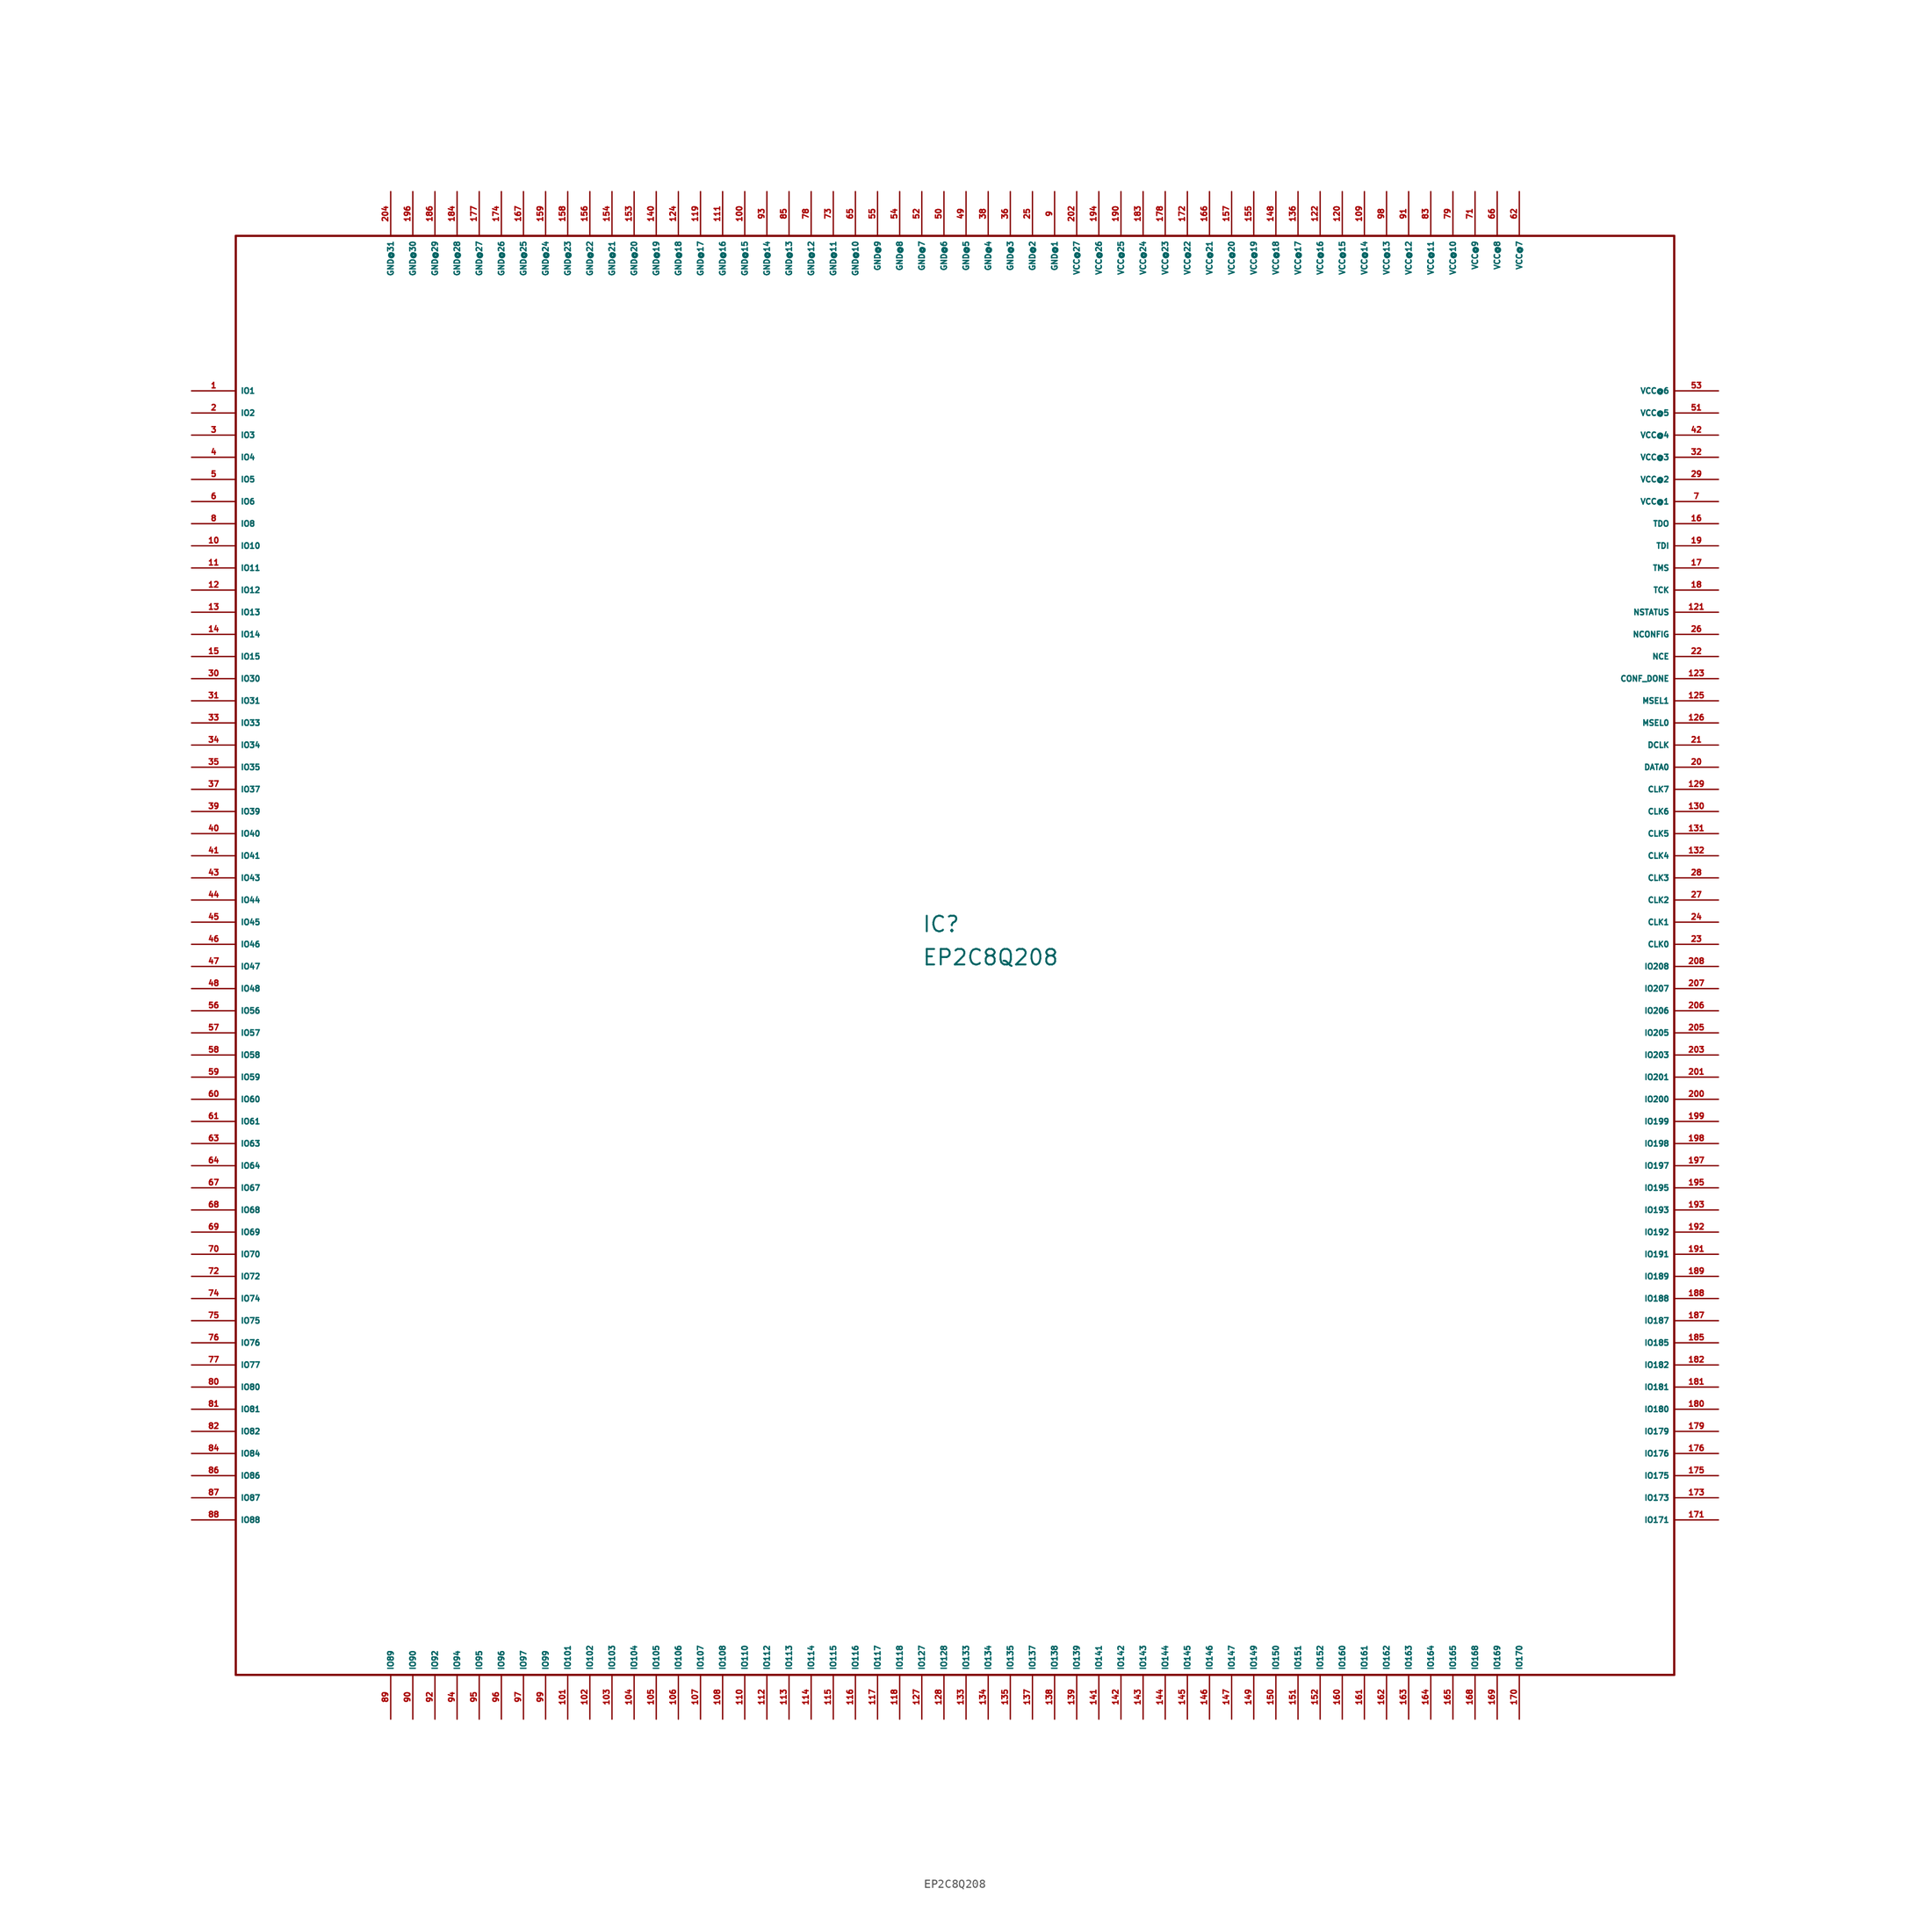
<source format=kicad_sym>
(kicad_symbol_lib
  (version 20220914)
  (generator Eagle2Kicad)
  (symbol "EP2C8Q208"
    (property "Reference" "IC"
      (at -5.08 1.27 0)
      (effects (font (size 1.778 1.778) (thickness 0.22)) (justify left bottom)))
    (property "Value" "EP2C8Q208"
      (at -5.08 -2.54 0)
      (effects (font (size 1.778 1.778) (thickness 0.22)) (justify left bottom)))
    (polyline
      (pts (xy -83.82 -83.82) (xy 81.28 -83.82))
      (stroke (width 0.254) (type default))
      (fill (type none)))
    (polyline
      (pts (xy 81.28 -83.82) (xy 81.28 81.28))
      (stroke (width 0.254) (type default))
      (fill (type none)))
    (polyline
      (pts (xy 81.28 81.28) (xy -83.82 81.28))
      (stroke (width 0.254) (type default))
      (fill (type none)))
    (polyline
      (pts (xy -83.82 81.28) (xy -83.82 -83.82))
      (stroke (width 0.254) (type default))
      (fill (type none)))
    (pin output line
      (at -88.9 63.5 0)
      (length 5.08)
      (name "IO1" (effects (font (size 0.635 0.635) (thickness 0.08)) (justify left bottom)))
      (number "1" (effects (font (size 0.635 0.635) (thickness 0.08)) (justify left bottom))))
    (pin output line
      (at -88.9 60.96 0)
      (length 5.08)
      (name "IO2" (effects (font (size 0.635 0.635) (thickness 0.08)) (justify left bottom)))
      (number "2" (effects (font (size 0.635 0.635) (thickness 0.08)) (justify left bottom))))
    (pin bidirectional line
      (at -88.9 58.42 0)
      (length 5.08)
      (name "IO3" (effects (font (size 0.635 0.635) (thickness 0.08)) (justify left bottom)))
      (number "3" (effects (font (size 0.635 0.635) (thickness 0.08)) (justify left bottom))))
    (pin bidirectional line
      (at -88.9 55.88 0)
      (length 5.08)
      (name "IO4" (effects (font (size 0.635 0.635) (thickness 0.08)) (justify left bottom)))
      (number "4" (effects (font (size 0.635 0.635) (thickness 0.08)) (justify left bottom))))
    (pin bidirectional line
      (at -88.9 53.34 0)
      (length 5.08)
      (name "IO5" (effects (font (size 0.635 0.635) (thickness 0.08)) (justify left bottom)))
      (number "5" (effects (font (size 0.635 0.635) (thickness 0.08)) (justify left bottom))))
    (pin bidirectional line
      (at -88.9 50.8 0)
      (length 5.08)
      (name "IO6" (effects (font (size 0.635 0.635) (thickness 0.08)) (justify left bottom)))
      (number "6" (effects (font (size 0.635 0.635) (thickness 0.08)) (justify left bottom))))
    (pin bidirectional line
      (at -88.9 48.26 0)
      (length 5.08)
      (name "IO8" (effects (font (size 0.635 0.635) (thickness 0.08)) (justify left bottom)))
      (number "8" (effects (font (size 0.635 0.635) (thickness 0.08)) (justify left bottom))))
    (pin bidirectional line
      (at -88.9 45.72 0)
      (length 5.08)
      (name "IO10" (effects (font (size 0.635 0.635) (thickness 0.08)) (justify left bottom)))
      (number "10" (effects (font (size 0.635 0.635) (thickness 0.08)) (justify left bottom))))
    (pin bidirectional line
      (at -88.9 43.18 0)
      (length 5.08)
      (name "IO11" (effects (font (size 0.635 0.635) (thickness 0.08)) (justify left bottom)))
      (number "11" (effects (font (size 0.635 0.635) (thickness 0.08)) (justify left bottom))))
    (pin bidirectional line
      (at -88.9 40.64 0)
      (length 5.08)
      (name "IO12" (effects (font (size 0.635 0.635) (thickness 0.08)) (justify left bottom)))
      (number "12" (effects (font (size 0.635 0.635) (thickness 0.08)) (justify left bottom))))
    (pin bidirectional line
      (at -88.9 38.1 0)
      (length 5.08)
      (name "IO13" (effects (font (size 0.635 0.635) (thickness 0.08)) (justify left bottom)))
      (number "13" (effects (font (size 0.635 0.635) (thickness 0.08)) (justify left bottom))))
    (pin bidirectional line
      (at -88.9 35.56 0)
      (length 5.08)
      (name "IO14" (effects (font (size 0.635 0.635) (thickness 0.08)) (justify left bottom)))
      (number "14" (effects (font (size 0.635 0.635) (thickness 0.08)) (justify left bottom))))
    (pin bidirectional line
      (at -88.9 33.02 0)
      (length 5.08)
      (name "IO15" (effects (font (size 0.635 0.635) (thickness 0.08)) (justify left bottom)))
      (number "15" (effects (font (size 0.635 0.635) (thickness 0.08)) (justify left bottom))))
    (pin bidirectional line
      (at -88.9 30.48 0)
      (length 5.08)
      (name "IO30" (effects (font (size 0.635 0.635) (thickness 0.08)) (justify left bottom)))
      (number "30" (effects (font (size 0.635 0.635) (thickness 0.08)) (justify left bottom))))
    (pin bidirectional line
      (at -88.9 27.94 0)
      (length 5.08)
      (name "IO31" (effects (font (size 0.635 0.635) (thickness 0.08)) (justify left bottom)))
      (number "31" (effects (font (size 0.635 0.635) (thickness 0.08)) (justify left bottom))))
    (pin bidirectional line
      (at -88.9 25.4 0)
      (length 5.08)
      (name "IO33" (effects (font (size 0.635 0.635) (thickness 0.08)) (justify left bottom)))
      (number "33" (effects (font (size 0.635 0.635) (thickness 0.08)) (justify left bottom))))
    (pin bidirectional line
      (at -88.9 22.86 0)
      (length 5.08)
      (name "IO34" (effects (font (size 0.635 0.635) (thickness 0.08)) (justify left bottom)))
      (number "34" (effects (font (size 0.635 0.635) (thickness 0.08)) (justify left bottom))))
    (pin bidirectional line
      (at -88.9 20.32 0)
      (length 5.08)
      (name "IO35" (effects (font (size 0.635 0.635) (thickness 0.08)) (justify left bottom)))
      (number "35" (effects (font (size 0.635 0.635) (thickness 0.08)) (justify left bottom))))
    (pin bidirectional line
      (at -88.9 17.78 0)
      (length 5.08)
      (name "IO37" (effects (font (size 0.635 0.635) (thickness 0.08)) (justify left bottom)))
      (number "37" (effects (font (size 0.635 0.635) (thickness 0.08)) (justify left bottom))))
    (pin bidirectional line
      (at -88.9 15.24 0)
      (length 5.08)
      (name "IO39" (effects (font (size 0.635 0.635) (thickness 0.08)) (justify left bottom)))
      (number "39" (effects (font (size 0.635 0.635) (thickness 0.08)) (justify left bottom))))
    (pin bidirectional line
      (at -88.9 12.7 0)
      (length 5.08)
      (name "IO40" (effects (font (size 0.635 0.635) (thickness 0.08)) (justify left bottom)))
      (number "40" (effects (font (size 0.635 0.635) (thickness 0.08)) (justify left bottom))))
    (pin bidirectional line
      (at -88.9 10.16 0)
      (length 5.08)
      (name "IO41" (effects (font (size 0.635 0.635) (thickness 0.08)) (justify left bottom)))
      (number "41" (effects (font (size 0.635 0.635) (thickness 0.08)) (justify left bottom))))
    (pin bidirectional line
      (at -88.9 7.62 0)
      (length 5.08)
      (name "IO43" (effects (font (size 0.635 0.635) (thickness 0.08)) (justify left bottom)))
      (number "43" (effects (font (size 0.635 0.635) (thickness 0.08)) (justify left bottom))))
    (pin bidirectional line
      (at -88.9 5.08 0)
      (length 5.08)
      (name "IO44" (effects (font (size 0.635 0.635) (thickness 0.08)) (justify left bottom)))
      (number "44" (effects (font (size 0.635 0.635) (thickness 0.08)) (justify left bottom))))
    (pin bidirectional line
      (at -88.9 2.54 0)
      (length 5.08)
      (name "IO45" (effects (font (size 0.635 0.635) (thickness 0.08)) (justify left bottom)))
      (number "45" (effects (font (size 0.635 0.635) (thickness 0.08)) (justify left bottom))))
    (pin bidirectional line
      (at -88.9 0 0)
      (length 5.08)
      (name "IO46" (effects (font (size 0.635 0.635) (thickness 0.08)) (justify left bottom)))
      (number "46" (effects (font (size 0.635 0.635) (thickness 0.08)) (justify left bottom))))
    (pin bidirectional line
      (at -88.9 -2.54 0)
      (length 5.08)
      (name "IO47" (effects (font (size 0.635 0.635) (thickness 0.08)) (justify left bottom)))
      (number "47" (effects (font (size 0.635 0.635) (thickness 0.08)) (justify left bottom))))
    (pin bidirectional line
      (at -88.9 -5.08 0)
      (length 5.08)
      (name "IO48" (effects (font (size 0.635 0.635) (thickness 0.08)) (justify left bottom)))
      (number "48" (effects (font (size 0.635 0.635) (thickness 0.08)) (justify left bottom))))
    (pin bidirectional line
      (at -88.9 -7.62 0)
      (length 5.08)
      (name "IO56" (effects (font (size 0.635 0.635) (thickness 0.08)) (justify left bottom)))
      (number "56" (effects (font (size 0.635 0.635) (thickness 0.08)) (justify left bottom))))
    (pin bidirectional line
      (at -88.9 -10.16 0)
      (length 5.08)
      (name "IO57" (effects (font (size 0.635 0.635) (thickness 0.08)) (justify left bottom)))
      (number "57" (effects (font (size 0.635 0.635) (thickness 0.08)) (justify left bottom))))
    (pin bidirectional line
      (at -88.9 -12.7 0)
      (length 5.08)
      (name "IO58" (effects (font (size 0.635 0.635) (thickness 0.08)) (justify left bottom)))
      (number "58" (effects (font (size 0.635 0.635) (thickness 0.08)) (justify left bottom))))
    (pin bidirectional line
      (at -88.9 -15.24 0)
      (length 5.08)
      (name "IO59" (effects (font (size 0.635 0.635) (thickness 0.08)) (justify left bottom)))
      (number "59" (effects (font (size 0.635 0.635) (thickness 0.08)) (justify left bottom))))
    (pin bidirectional line
      (at -88.9 -17.78 0)
      (length 5.08)
      (name "IO60" (effects (font (size 0.635 0.635) (thickness 0.08)) (justify left bottom)))
      (number "60" (effects (font (size 0.635 0.635) (thickness 0.08)) (justify left bottom))))
    (pin bidirectional line
      (at -88.9 -20.32 0)
      (length 5.08)
      (name "IO61" (effects (font (size 0.635 0.635) (thickness 0.08)) (justify left bottom)))
      (number "61" (effects (font (size 0.635 0.635) (thickness 0.08)) (justify left bottom))))
    (pin bidirectional line
      (at -88.9 -22.86 0)
      (length 5.08)
      (name "IO63" (effects (font (size 0.635 0.635) (thickness 0.08)) (justify left bottom)))
      (number "63" (effects (font (size 0.635 0.635) (thickness 0.08)) (justify left bottom))))
    (pin bidirectional line
      (at -88.9 -25.4 0)
      (length 5.08)
      (name "IO64" (effects (font (size 0.635 0.635) (thickness 0.08)) (justify left bottom)))
      (number "64" (effects (font (size 0.635 0.635) (thickness 0.08)) (justify left bottom))))
    (pin bidirectional line
      (at -88.9 -27.94 0)
      (length 5.08)
      (name "IO67" (effects (font (size 0.635 0.635) (thickness 0.08)) (justify left bottom)))
      (number "67" (effects (font (size 0.635 0.635) (thickness 0.08)) (justify left bottom))))
    (pin bidirectional line
      (at -88.9 -30.48 0)
      (length 5.08)
      (name "IO68" (effects (font (size 0.635 0.635) (thickness 0.08)) (justify left bottom)))
      (number "68" (effects (font (size 0.635 0.635) (thickness 0.08)) (justify left bottom))))
    (pin bidirectional line
      (at -88.9 -33.02 0)
      (length 5.08)
      (name "IO69" (effects (font (size 0.635 0.635) (thickness 0.08)) (justify left bottom)))
      (number "69" (effects (font (size 0.635 0.635) (thickness 0.08)) (justify left bottom))))
    (pin bidirectional line
      (at -88.9 -35.56 0)
      (length 5.08)
      (name "IO70" (effects (font (size 0.635 0.635) (thickness 0.08)) (justify left bottom)))
      (number "70" (effects (font (size 0.635 0.635) (thickness 0.08)) (justify left bottom))))
    (pin bidirectional line
      (at -88.9 -38.1 0)
      (length 5.08)
      (name "IO72" (effects (font (size 0.635 0.635) (thickness 0.08)) (justify left bottom)))
      (number "72" (effects (font (size 0.635 0.635) (thickness 0.08)) (justify left bottom))))
    (pin bidirectional line
      (at -88.9 -40.64 0)
      (length 5.08)
      (name "IO74" (effects (font (size 0.635 0.635) (thickness 0.08)) (justify left bottom)))
      (number "74" (effects (font (size 0.635 0.635) (thickness 0.08)) (justify left bottom))))
    (pin bidirectional line
      (at -88.9 -43.18 0)
      (length 5.08)
      (name "IO75" (effects (font (size 0.635 0.635) (thickness 0.08)) (justify left bottom)))
      (number "75" (effects (font (size 0.635 0.635) (thickness 0.08)) (justify left bottom))))
    (pin bidirectional line
      (at -88.9 -45.72 0)
      (length 5.08)
      (name "IO76" (effects (font (size 0.635 0.635) (thickness 0.08)) (justify left bottom)))
      (number "76" (effects (font (size 0.635 0.635) (thickness 0.08)) (justify left bottom))))
    (pin bidirectional line
      (at -88.9 -48.26 0)
      (length 5.08)
      (name "IO77" (effects (font (size 0.635 0.635) (thickness 0.08)) (justify left bottom)))
      (number "77" (effects (font (size 0.635 0.635) (thickness 0.08)) (justify left bottom))))
    (pin bidirectional line
      (at -88.9 -50.8 0)
      (length 5.08)
      (name "IO80" (effects (font (size 0.635 0.635) (thickness 0.08)) (justify left bottom)))
      (number "80" (effects (font (size 0.635 0.635) (thickness 0.08)) (justify left bottom))))
    (pin bidirectional line
      (at -88.9 -53.34 0)
      (length 5.08)
      (name "IO81" (effects (font (size 0.635 0.635) (thickness 0.08)) (justify left bottom)))
      (number "81" (effects (font (size 0.635 0.635) (thickness 0.08)) (justify left bottom))))
    (pin bidirectional line
      (at -88.9 -55.88 0)
      (length 5.08)
      (name "IO82" (effects (font (size 0.635 0.635) (thickness 0.08)) (justify left bottom)))
      (number "82" (effects (font (size 0.635 0.635) (thickness 0.08)) (justify left bottom))))
    (pin bidirectional line
      (at -88.9 -58.42 0)
      (length 5.08)
      (name "IO84" (effects (font (size 0.635 0.635) (thickness 0.08)) (justify left bottom)))
      (number "84" (effects (font (size 0.635 0.635) (thickness 0.08)) (justify left bottom))))
    (pin bidirectional line
      (at -88.9 -60.96 0)
      (length 5.08)
      (name "IO86" (effects (font (size 0.635 0.635) (thickness 0.08)) (justify left bottom)))
      (number "86" (effects (font (size 0.635 0.635) (thickness 0.08)) (justify left bottom))))
    (pin bidirectional line
      (at -88.9 -63.5 0)
      (length 5.08)
      (name "IO87" (effects (font (size 0.635 0.635) (thickness 0.08)) (justify left bottom)))
      (number "87" (effects (font (size 0.635 0.635) (thickness 0.08)) (justify left bottom))))
    (pin bidirectional line
      (at -88.9 -66.04 0)
      (length 5.08)
      (name "IO88" (effects (font (size 0.635 0.635) (thickness 0.08)) (justify left bottom)))
      (number "88" (effects (font (size 0.635 0.635) (thickness 0.08)) (justify left bottom))))
    (pin bidirectional line
      (at -66.04 -88.9 90)
      (length 5.08)
      (name "IO89" (effects (font (size 0.635 0.635) (thickness 0.08)) (justify left bottom)))
      (number "89" (effects (font (size 0.635 0.635) (thickness 0.08)) (justify left bottom))))
    (pin bidirectional line
      (at -63.5 -88.9 90)
      (length 5.08)
      (name "IO90" (effects (font (size 0.635 0.635) (thickness 0.08)) (justify left bottom)))
      (number "90" (effects (font (size 0.635 0.635) (thickness 0.08)) (justify left bottom))))
    (pin bidirectional line
      (at -60.96 -88.9 90)
      (length 5.08)
      (name "IO92" (effects (font (size 0.635 0.635) (thickness 0.08)) (justify left bottom)))
      (number "92" (effects (font (size 0.635 0.635) (thickness 0.08)) (justify left bottom))))
    (pin bidirectional line
      (at -58.42 -88.9 90)
      (length 5.08)
      (name "IO94" (effects (font (size 0.635 0.635) (thickness 0.08)) (justify left bottom)))
      (number "94" (effects (font (size 0.635 0.635) (thickness 0.08)) (justify left bottom))))
    (pin bidirectional line
      (at -55.88 -88.9 90)
      (length 5.08)
      (name "IO95" (effects (font (size 0.635 0.635) (thickness 0.08)) (justify left bottom)))
      (number "95" (effects (font (size 0.635 0.635) (thickness 0.08)) (justify left bottom))))
    (pin bidirectional line
      (at -53.34 -88.9 90)
      (length 5.08)
      (name "IO96" (effects (font (size 0.635 0.635) (thickness 0.08)) (justify left bottom)))
      (number "96" (effects (font (size 0.635 0.635) (thickness 0.08)) (justify left bottom))))
    (pin bidirectional line
      (at -50.8 -88.9 90)
      (length 5.08)
      (name "IO97" (effects (font (size 0.635 0.635) (thickness 0.08)) (justify left bottom)))
      (number "97" (effects (font (size 0.635 0.635) (thickness 0.08)) (justify left bottom))))
    (pin bidirectional line
      (at -48.26 -88.9 90)
      (length 5.08)
      (name "IO99" (effects (font (size 0.635 0.635) (thickness 0.08)) (justify left bottom)))
      (number "99" (effects (font (size 0.635 0.635) (thickness 0.08)) (justify left bottom))))
    (pin bidirectional line
      (at -45.72 -88.9 90)
      (length 5.08)
      (name "IO101" (effects (font (size 0.635 0.635) (thickness 0.08)) (justify left bottom)))
      (number "101" (effects (font (size 0.635 0.635) (thickness 0.08)) (justify left bottom))))
    (pin bidirectional line
      (at -43.18 -88.9 90)
      (length 5.08)
      (name "IO102" (effects (font (size 0.635 0.635) (thickness 0.08)) (justify left bottom)))
      (number "102" (effects (font (size 0.635 0.635) (thickness 0.08)) (justify left bottom))))
    (pin bidirectional line
      (at -40.64 -88.9 90)
      (length 5.08)
      (name "IO103" (effects (font (size 0.635 0.635) (thickness 0.08)) (justify left bottom)))
      (number "103" (effects (font (size 0.635 0.635) (thickness 0.08)) (justify left bottom))))
    (pin bidirectional line
      (at -38.1 -88.9 90)
      (length 5.08)
      (name "IO104" (effects (font (size 0.635 0.635) (thickness 0.08)) (justify left bottom)))
      (number "104" (effects (font (size 0.635 0.635) (thickness 0.08)) (justify left bottom))))
    (pin bidirectional line
      (at -35.56 -88.9 90)
      (length 5.08)
      (name "IO105" (effects (font (size 0.635 0.635) (thickness 0.08)) (justify left bottom)))
      (number "105" (effects (font (size 0.635 0.635) (thickness 0.08)) (justify left bottom))))
    (pin bidirectional line
      (at -33.02 -88.9 90)
      (length 5.08)
      (name "IO106" (effects (font (size 0.635 0.635) (thickness 0.08)) (justify left bottom)))
      (number "106" (effects (font (size 0.635 0.635) (thickness 0.08)) (justify left bottom))))
    (pin bidirectional line
      (at -30.48 -88.9 90)
      (length 5.08)
      (name "IO107" (effects (font (size 0.635 0.635) (thickness 0.08)) (justify left bottom)))
      (number "107" (effects (font (size 0.635 0.635) (thickness 0.08)) (justify left bottom))))
    (pin bidirectional line
      (at -27.94 -88.9 90)
      (length 5.08)
      (name "IO108" (effects (font (size 0.635 0.635) (thickness 0.08)) (justify left bottom)))
      (number "108" (effects (font (size 0.635 0.635) (thickness 0.08)) (justify left bottom))))
    (pin bidirectional line
      (at -25.4 -88.9 90)
      (length 5.08)
      (name "IO110" (effects (font (size 0.635 0.635) (thickness 0.08)) (justify left bottom)))
      (number "110" (effects (font (size 0.635 0.635) (thickness 0.08)) (justify left bottom))))
    (pin bidirectional line
      (at -22.86 -88.9 90)
      (length 5.08)
      (name "IO112" (effects (font (size 0.635 0.635) (thickness 0.08)) (justify left bottom)))
      (number "112" (effects (font (size 0.635 0.635) (thickness 0.08)) (justify left bottom))))
    (pin bidirectional line
      (at -20.32 -88.9 90)
      (length 5.08)
      (name "IO113" (effects (font (size 0.635 0.635) (thickness 0.08)) (justify left bottom)))
      (number "113" (effects (font (size 0.635 0.635) (thickness 0.08)) (justify left bottom))))
    (pin bidirectional line
      (at -17.78 -88.9 90)
      (length 5.08)
      (name "IO114" (effects (font (size 0.635 0.635) (thickness 0.08)) (justify left bottom)))
      (number "114" (effects (font (size 0.635 0.635) (thickness 0.08)) (justify left bottom))))
    (pin bidirectional line
      (at -15.24 -88.9 90)
      (length 5.08)
      (name "IO115" (effects (font (size 0.635 0.635) (thickness 0.08)) (justify left bottom)))
      (number "115" (effects (font (size 0.635 0.635) (thickness 0.08)) (justify left bottom))))
    (pin bidirectional line
      (at -12.7 -88.9 90)
      (length 5.08)
      (name "IO116" (effects (font (size 0.635 0.635) (thickness 0.08)) (justify left bottom)))
      (number "116" (effects (font (size 0.635 0.635) (thickness 0.08)) (justify left bottom))))
    (pin bidirectional line
      (at -10.16 -88.9 90)
      (length 5.08)
      (name "IO117" (effects (font (size 0.635 0.635) (thickness 0.08)) (justify left bottom)))
      (number "117" (effects (font (size 0.635 0.635) (thickness 0.08)) (justify left bottom))))
    (pin bidirectional line
      (at -7.62 -88.9 90)
      (length 5.08)
      (name "IO118" (effects (font (size 0.635 0.635) (thickness 0.08)) (justify left bottom)))
      (number "118" (effects (font (size 0.635 0.635) (thickness 0.08)) (justify left bottom))))
    (pin bidirectional line
      (at -5.08 -88.9 90)
      (length 5.08)
      (name "IO127" (effects (font (size 0.635 0.635) (thickness 0.08)) (justify left bottom)))
      (number "127" (effects (font (size 0.635 0.635) (thickness 0.08)) (justify left bottom))))
    (pin bidirectional line
      (at -2.54 -88.9 90)
      (length 5.08)
      (name "IO128" (effects (font (size 0.635 0.635) (thickness 0.08)) (justify left bottom)))
      (number "128" (effects (font (size 0.635 0.635) (thickness 0.08)) (justify left bottom))))
    (pin bidirectional line
      (at 0 -88.9 90)
      (length 5.08)
      (name "IO133" (effects (font (size 0.635 0.635) (thickness 0.08)) (justify left bottom)))
      (number "133" (effects (font (size 0.635 0.635) (thickness 0.08)) (justify left bottom))))
    (pin bidirectional line
      (at 2.54 -88.9 90)
      (length 5.08)
      (name "IO134" (effects (font (size 0.635 0.635) (thickness 0.08)) (justify left bottom)))
      (number "134" (effects (font (size 0.635 0.635) (thickness 0.08)) (justify left bottom))))
    (pin bidirectional line
      (at 5.08 -88.9 90)
      (length 5.08)
      (name "IO135" (effects (font (size 0.635 0.635) (thickness 0.08)) (justify left bottom)))
      (number "135" (effects (font (size 0.635 0.635) (thickness 0.08)) (justify left bottom))))
    (pin bidirectional line
      (at 7.62 -88.9 90)
      (length 5.08)
      (name "IO137" (effects (font (size 0.635 0.635) (thickness 0.08)) (justify left bottom)))
      (number "137" (effects (font (size 0.635 0.635) (thickness 0.08)) (justify left bottom))))
    (pin bidirectional line
      (at 10.16 -88.9 90)
      (length 5.08)
      (name "IO138" (effects (font (size 0.635 0.635) (thickness 0.08)) (justify left bottom)))
      (number "138" (effects (font (size 0.635 0.635) (thickness 0.08)) (justify left bottom))))
    (pin bidirectional line
      (at 12.7 -88.9 90)
      (length 5.08)
      (name "IO139" (effects (font (size 0.635 0.635) (thickness 0.08)) (justify left bottom)))
      (number "139" (effects (font (size 0.635 0.635) (thickness 0.08)) (justify left bottom))))
    (pin bidirectional line
      (at 15.24 -88.9 90)
      (length 5.08)
      (name "IO141" (effects (font (size 0.635 0.635) (thickness 0.08)) (justify left bottom)))
      (number "141" (effects (font (size 0.635 0.635) (thickness 0.08)) (justify left bottom))))
    (pin bidirectional line
      (at 17.78 -88.9 90)
      (length 5.08)
      (name "IO142" (effects (font (size 0.635 0.635) (thickness 0.08)) (justify left bottom)))
      (number "142" (effects (font (size 0.635 0.635) (thickness 0.08)) (justify left bottom))))
    (pin bidirectional line
      (at 20.32 -88.9 90)
      (length 5.08)
      (name "IO143" (effects (font (size 0.635 0.635) (thickness 0.08)) (justify left bottom)))
      (number "143" (effects (font (size 0.635 0.635) (thickness 0.08)) (justify left bottom))))
    (pin bidirectional line
      (at 22.86 -88.9 90)
      (length 5.08)
      (name "IO144" (effects (font (size 0.635 0.635) (thickness 0.08)) (justify left bottom)))
      (number "144" (effects (font (size 0.635 0.635) (thickness 0.08)) (justify left bottom))))
    (pin bidirectional line
      (at 25.4 -88.9 90)
      (length 5.08)
      (name "IO145" (effects (font (size 0.635 0.635) (thickness 0.08)) (justify left bottom)))
      (number "145" (effects (font (size 0.635 0.635) (thickness 0.08)) (justify left bottom))))
    (pin bidirectional line
      (at 27.94 -88.9 90)
      (length 5.08)
      (name "IO146" (effects (font (size 0.635 0.635) (thickness 0.08)) (justify left bottom)))
      (number "146" (effects (font (size 0.635 0.635) (thickness 0.08)) (justify left bottom))))
    (pin bidirectional line
      (at 30.48 -88.9 90)
      (length 5.08)
      (name "IO147" (effects (font (size 0.635 0.635) (thickness 0.08)) (justify left bottom)))
      (number "147" (effects (font (size 0.635 0.635) (thickness 0.08)) (justify left bottom))))
    (pin bidirectional line
      (at 33.02 -88.9 90)
      (length 5.08)
      (name "IO149" (effects (font (size 0.635 0.635) (thickness 0.08)) (justify left bottom)))
      (number "149" (effects (font (size 0.635 0.635) (thickness 0.08)) (justify left bottom))))
    (pin bidirectional line
      (at 35.56 -88.9 90)
      (length 5.08)
      (name "IO150" (effects (font (size 0.635 0.635) (thickness 0.08)) (justify left bottom)))
      (number "150" (effects (font (size 0.635 0.635) (thickness 0.08)) (justify left bottom))))
    (pin bidirectional line
      (at 38.1 -88.9 90)
      (length 5.08)
      (name "IO151" (effects (font (size 0.635 0.635) (thickness 0.08)) (justify left bottom)))
      (number "151" (effects (font (size 0.635 0.635) (thickness 0.08)) (justify left bottom))))
    (pin bidirectional line
      (at 40.64 -88.9 90)
      (length 5.08)
      (name "IO152" (effects (font (size 0.635 0.635) (thickness 0.08)) (justify left bottom)))
      (number "152" (effects (font (size 0.635 0.635) (thickness 0.08)) (justify left bottom))))
    (pin bidirectional line
      (at 43.18 -88.9 90)
      (length 5.08)
      (name "IO160" (effects (font (size 0.635 0.635) (thickness 0.08)) (justify left bottom)))
      (number "160" (effects (font (size 0.635 0.635) (thickness 0.08)) (justify left bottom))))
    (pin bidirectional line
      (at 45.72 -88.9 90)
      (length 5.08)
      (name "IO161" (effects (font (size 0.635 0.635) (thickness 0.08)) (justify left bottom)))
      (number "161" (effects (font (size 0.635 0.635) (thickness 0.08)) (justify left bottom))))
    (pin bidirectional line
      (at 48.26 -88.9 90)
      (length 5.08)
      (name "IO162" (effects (font (size 0.635 0.635) (thickness 0.08)) (justify left bottom)))
      (number "162" (effects (font (size 0.635 0.635) (thickness 0.08)) (justify left bottom))))
    (pin bidirectional line
      (at 50.8 -88.9 90)
      (length 5.08)
      (name "IO163" (effects (font (size 0.635 0.635) (thickness 0.08)) (justify left bottom)))
      (number "163" (effects (font (size 0.635 0.635) (thickness 0.08)) (justify left bottom))))
    (pin bidirectional line
      (at 53.34 -88.9 90)
      (length 5.08)
      (name "IO164" (effects (font (size 0.635 0.635) (thickness 0.08)) (justify left bottom)))
      (number "164" (effects (font (size 0.635 0.635) (thickness 0.08)) (justify left bottom))))
    (pin bidirectional line
      (at 55.88 -88.9 90)
      (length 5.08)
      (name "IO165" (effects (font (size 0.635 0.635) (thickness 0.08)) (justify left bottom)))
      (number "165" (effects (font (size 0.635 0.635) (thickness 0.08)) (justify left bottom))))
    (pin bidirectional line
      (at 58.42 -88.9 90)
      (length 5.08)
      (name "IO168" (effects (font (size 0.635 0.635) (thickness 0.08)) (justify left bottom)))
      (number "168" (effects (font (size 0.635 0.635) (thickness 0.08)) (justify left bottom))))
    (pin bidirectional line
      (at 60.96 -88.9 90)
      (length 5.08)
      (name "IO169" (effects (font (size 0.635 0.635) (thickness 0.08)) (justify left bottom)))
      (number "169" (effects (font (size 0.635 0.635) (thickness 0.08)) (justify left bottom))))
    (pin bidirectional line
      (at 63.5 -88.9 90)
      (length 5.08)
      (name "IO170" (effects (font (size 0.635 0.635) (thickness 0.08)) (justify left bottom)))
      (number "170" (effects (font (size 0.635 0.635) (thickness 0.08)) (justify left bottom))))
    (pin bidirectional line
      (at 86.36 -66.04 180)
      (length 5.08)
      (name "IO171" (effects (font (size 0.635 0.635) (thickness 0.08)) (justify left bottom)))
      (number "171" (effects (font (size 0.635 0.635) (thickness 0.08)) (justify left bottom))))
    (pin bidirectional line
      (at 86.36 -63.5 180)
      (length 5.08)
      (name "IO173" (effects (font (size 0.635 0.635) (thickness 0.08)) (justify left bottom)))
      (number "173" (effects (font (size 0.635 0.635) (thickness 0.08)) (justify left bottom))))
    (pin bidirectional line
      (at 86.36 -60.96 180)
      (length 5.08)
      (name "IO175" (effects (font (size 0.635 0.635) (thickness 0.08)) (justify left bottom)))
      (number "175" (effects (font (size 0.635 0.635) (thickness 0.08)) (justify left bottom))))
    (pin bidirectional line
      (at 86.36 -58.42 180)
      (length 5.08)
      (name "IO176" (effects (font (size 0.635 0.635) (thickness 0.08)) (justify left bottom)))
      (number "176" (effects (font (size 0.635 0.635) (thickness 0.08)) (justify left bottom))))
    (pin bidirectional line
      (at 86.36 -55.88 180)
      (length 5.08)
      (name "IO179" (effects (font (size 0.635 0.635) (thickness 0.08)) (justify left bottom)))
      (number "179" (effects (font (size 0.635 0.635) (thickness 0.08)) (justify left bottom))))
    (pin bidirectional line
      (at 86.36 -53.34 180)
      (length 5.08)
      (name "IO180" (effects (font (size 0.635 0.635) (thickness 0.08)) (justify left bottom)))
      (number "180" (effects (font (size 0.635 0.635) (thickness 0.08)) (justify left bottom))))
    (pin bidirectional line
      (at 86.36 -50.8 180)
      (length 5.08)
      (name "IO181" (effects (font (size 0.635 0.635) (thickness 0.08)) (justify left bottom)))
      (number "181" (effects (font (size 0.635 0.635) (thickness 0.08)) (justify left bottom))))
    (pin bidirectional line
      (at 86.36 -48.26 180)
      (length 5.08)
      (name "IO182" (effects (font (size 0.635 0.635) (thickness 0.08)) (justify left bottom)))
      (number "182" (effects (font (size 0.635 0.635) (thickness 0.08)) (justify left bottom))))
    (pin bidirectional line
      (at 86.36 -45.72 180)
      (length 5.08)
      (name "IO185" (effects (font (size 0.635 0.635) (thickness 0.08)) (justify left bottom)))
      (number "185" (effects (font (size 0.635 0.635) (thickness 0.08)) (justify left bottom))))
    (pin bidirectional line
      (at 86.36 -43.18 180)
      (length 5.08)
      (name "IO187" (effects (font (size 0.635 0.635) (thickness 0.08)) (justify left bottom)))
      (number "187" (effects (font (size 0.635 0.635) (thickness 0.08)) (justify left bottom))))
    (pin bidirectional line
      (at 86.36 -40.64 180)
      (length 5.08)
      (name "IO188" (effects (font (size 0.635 0.635) (thickness 0.08)) (justify left bottom)))
      (number "188" (effects (font (size 0.635 0.635) (thickness 0.08)) (justify left bottom))))
    (pin bidirectional line
      (at 86.36 -38.1 180)
      (length 5.08)
      (name "IO189" (effects (font (size 0.635 0.635) (thickness 0.08)) (justify left bottom)))
      (number "189" (effects (font (size 0.635 0.635) (thickness 0.08)) (justify left bottom))))
    (pin bidirectional line
      (at 86.36 -35.56 180)
      (length 5.08)
      (name "IO191" (effects (font (size 0.635 0.635) (thickness 0.08)) (justify left bottom)))
      (number "191" (effects (font (size 0.635 0.635) (thickness 0.08)) (justify left bottom))))
    (pin bidirectional line
      (at 86.36 -33.02 180)
      (length 5.08)
      (name "IO192" (effects (font (size 0.635 0.635) (thickness 0.08)) (justify left bottom)))
      (number "192" (effects (font (size 0.635 0.635) (thickness 0.08)) (justify left bottom))))
    (pin bidirectional line
      (at 86.36 -30.48 180)
      (length 5.08)
      (name "IO193" (effects (font (size 0.635 0.635) (thickness 0.08)) (justify left bottom)))
      (number "193" (effects (font (size 0.635 0.635) (thickness 0.08)) (justify left bottom))))
    (pin bidirectional line
      (at 86.36 -27.94 180)
      (length 5.08)
      (name "IO195" (effects (font (size 0.635 0.635) (thickness 0.08)) (justify left bottom)))
      (number "195" (effects (font (size 0.635 0.635) (thickness 0.08)) (justify left bottom))))
    (pin bidirectional line
      (at 86.36 -25.4 180)
      (length 5.08)
      (name "IO197" (effects (font (size 0.635 0.635) (thickness 0.08)) (justify left bottom)))
      (number "197" (effects (font (size 0.635 0.635) (thickness 0.08)) (justify left bottom))))
    (pin bidirectional line
      (at 86.36 -22.86 180)
      (length 5.08)
      (name "IO198" (effects (font (size 0.635 0.635) (thickness 0.08)) (justify left bottom)))
      (number "198" (effects (font (size 0.635 0.635) (thickness 0.08)) (justify left bottom))))
    (pin bidirectional line
      (at 86.36 -20.32 180)
      (length 5.08)
      (name "IO199" (effects (font (size 0.635 0.635) (thickness 0.08)) (justify left bottom)))
      (number "199" (effects (font (size 0.635 0.635) (thickness 0.08)) (justify left bottom))))
    (pin bidirectional line
      (at 86.36 -17.78 180)
      (length 5.08)
      (name "IO200" (effects (font (size 0.635 0.635) (thickness 0.08)) (justify left bottom)))
      (number "200" (effects (font (size 0.635 0.635) (thickness 0.08)) (justify left bottom))))
    (pin bidirectional line
      (at 86.36 -15.24 180)
      (length 5.08)
      (name "IO201" (effects (font (size 0.635 0.635) (thickness 0.08)) (justify left bottom)))
      (number "201" (effects (font (size 0.635 0.635) (thickness 0.08)) (justify left bottom))))
    (pin bidirectional line
      (at 86.36 -12.7 180)
      (length 5.08)
      (name "IO203" (effects (font (size 0.635 0.635) (thickness 0.08)) (justify left bottom)))
      (number "203" (effects (font (size 0.635 0.635) (thickness 0.08)) (justify left bottom))))
    (pin bidirectional line
      (at 86.36 -10.16 180)
      (length 5.08)
      (name "IO205" (effects (font (size 0.635 0.635) (thickness 0.08)) (justify left bottom)))
      (number "205" (effects (font (size 0.635 0.635) (thickness 0.08)) (justify left bottom))))
    (pin bidirectional line
      (at 86.36 -7.62 180)
      (length 5.08)
      (name "IO206" (effects (font (size 0.635 0.635) (thickness 0.08)) (justify left bottom)))
      (number "206" (effects (font (size 0.635 0.635) (thickness 0.08)) (justify left bottom))))
    (pin bidirectional line
      (at 86.36 -5.08 180)
      (length 5.08)
      (name "IO207" (effects (font (size 0.635 0.635) (thickness 0.08)) (justify left bottom)))
      (number "207" (effects (font (size 0.635 0.635) (thickness 0.08)) (justify left bottom))))
    (pin bidirectional line
      (at 86.36 -2.54 180)
      (length 5.08)
      (name "IO208" (effects (font (size 0.635 0.635) (thickness 0.08)) (justify left bottom)))
      (number "208" (effects (font (size 0.635 0.635) (thickness 0.08)) (justify left bottom))))
    (pin bidirectional line
      (at 86.36 0 180)
      (length 5.08)
      (name "CLK0" (effects (font (size 0.635 0.635) (thickness 0.08)) (justify left bottom)))
      (number "23" (effects (font (size 0.635 0.635) (thickness 0.08)) (justify left bottom))))
    (pin bidirectional line
      (at 86.36 2.54 180)
      (length 5.08)
      (name "CLK1" (effects (font (size 0.635 0.635) (thickness 0.08)) (justify left bottom)))
      (number "24" (effects (font (size 0.635 0.635) (thickness 0.08)) (justify left bottom))))
    (pin bidirectional line
      (at 86.36 5.08 180)
      (length 5.08)
      (name "CLK2" (effects (font (size 0.635 0.635) (thickness 0.08)) (justify left bottom)))
      (number "27" (effects (font (size 0.635 0.635) (thickness 0.08)) (justify left bottom))))
    (pin bidirectional line
      (at 86.36 7.62 180)
      (length 5.08)
      (name "CLK3" (effects (font (size 0.635 0.635) (thickness 0.08)) (justify left bottom)))
      (number "28" (effects (font (size 0.635 0.635) (thickness 0.08)) (justify left bottom))))
    (pin bidirectional line
      (at 86.36 10.16 180)
      (length 5.08)
      (name "CLK4" (effects (font (size 0.635 0.635) (thickness 0.08)) (justify left bottom)))
      (number "132" (effects (font (size 0.635 0.635) (thickness 0.08)) (justify left bottom))))
    (pin bidirectional line
      (at 86.36 12.7 180)
      (length 5.08)
      (name "CLK5" (effects (font (size 0.635 0.635) (thickness 0.08)) (justify left bottom)))
      (number "131" (effects (font (size 0.635 0.635) (thickness 0.08)) (justify left bottom))))
    (pin bidirectional line
      (at 86.36 15.24 180)
      (length 5.08)
      (name "CLK6" (effects (font (size 0.635 0.635) (thickness 0.08)) (justify left bottom)))
      (number "130" (effects (font (size 0.635 0.635) (thickness 0.08)) (justify left bottom))))
    (pin bidirectional line
      (at 86.36 17.78 180)
      (length 5.08)
      (name "CLK7" (effects (font (size 0.635 0.635) (thickness 0.08)) (justify left bottom)))
      (number "129" (effects (font (size 0.635 0.635) (thickness 0.08)) (justify left bottom))))
    (pin bidirectional line
      (at 86.36 20.32 180)
      (length 5.08)
      (name "DATA0" (effects (font (size 0.635 0.635) (thickness 0.08)) (justify left bottom)))
      (number "20" (effects (font (size 0.635 0.635) (thickness 0.08)) (justify left bottom))))
    (pin bidirectional line
      (at 86.36 22.86 180)
      (length 5.08)
      (name "DCLK" (effects (font (size 0.635 0.635) (thickness 0.08)) (justify left bottom)))
      (number "21" (effects (font (size 0.635 0.635) (thickness 0.08)) (justify left bottom))))
    (pin input line
      (at 86.36 25.4 180)
      (length 5.08)
      (name "MSEL0" (effects (font (size 0.635 0.635) (thickness 0.08)) (justify left bottom)))
      (number "126" (effects (font (size 0.635 0.635) (thickness 0.08)) (justify left bottom))))
    (pin input line
      (at 86.36 27.94 180)
      (length 5.08)
      (name "MSEL1" (effects (font (size 0.635 0.635) (thickness 0.08)) (justify left bottom)))
      (number "125" (effects (font (size 0.635 0.635) (thickness 0.08)) (justify left bottom))))
    (pin input line
      (at 86.36 30.48 180)
      (length 5.08)
      (name "CONF_DONE" (effects (font (size 0.635 0.635) (thickness 0.08)) (justify left bottom)))
      (number "123" (effects (font (size 0.635 0.635) (thickness 0.08)) (justify left bottom))))
    (pin input line
      (at 86.36 33.02 180)
      (length 5.08)
      (name "NCE" (effects (font (size 0.635 0.635) (thickness 0.08)) (justify left bottom)))
      (number "22" (effects (font (size 0.635 0.635) (thickness 0.08)) (justify left bottom))))
    (pin input line
      (at 86.36 35.56 180)
      (length 5.08)
      (name "NCONFIG" (effects (font (size 0.635 0.635) (thickness 0.08)) (justify left bottom)))
      (number "26" (effects (font (size 0.635 0.635) (thickness 0.08)) (justify left bottom))))
    (pin input line
      (at 86.36 38.1 180)
      (length 5.08)
      (name "NSTATUS" (effects (font (size 0.635 0.635) (thickness 0.08)) (justify left bottom)))
      (number "121" (effects (font (size 0.635 0.635) (thickness 0.08)) (justify left bottom))))
    (pin input line
      (at 86.36 40.64 180)
      (length 5.08)
      (name "TCK" (effects (font (size 0.635 0.635) (thickness 0.08)) (justify left bottom)))
      (number "18" (effects (font (size 0.635 0.635) (thickness 0.08)) (justify left bottom))))
    (pin input line
      (at 86.36 43.18 180)
      (length 5.08)
      (name "TMS" (effects (font (size 0.635 0.635) (thickness 0.08)) (justify left bottom)))
      (number "17" (effects (font (size 0.635 0.635) (thickness 0.08)) (justify left bottom))))
    (pin input line
      (at 86.36 45.72 180)
      (length 5.08)
      (name "TDI" (effects (font (size 0.635 0.635) (thickness 0.08)) (justify left bottom)))
      (number "19" (effects (font (size 0.635 0.635) (thickness 0.08)) (justify left bottom))))
    (pin output line
      (at 86.36 48.26 180)
      (length 5.08)
      (name "TDO" (effects (font (size 0.635 0.635) (thickness 0.08)) (justify left bottom)))
      (number "16" (effects (font (size 0.635 0.635) (thickness 0.08)) (justify left bottom))))
    (pin unspecified line
      (at 86.36 50.8 180)
      (length 5.08)
      (name "VCC@1" (effects (font (size 0.635 0.635) (thickness 0.08)) (justify left bottom)))
      (number "7" (effects (font (size 0.635 0.635) (thickness 0.08)) (justify left bottom))))
    (pin unspecified line
      (at 86.36 53.34 180)
      (length 5.08)
      (name "VCC@2" (effects (font (size 0.635 0.635) (thickness 0.08)) (justify left bottom)))
      (number "29" (effects (font (size 0.635 0.635) (thickness 0.08)) (justify left bottom))))
    (pin unspecified line
      (at 86.36 55.88 180)
      (length 5.08)
      (name "VCC@3" (effects (font (size 0.635 0.635) (thickness 0.08)) (justify left bottom)))
      (number "32" (effects (font (size 0.635 0.635) (thickness 0.08)) (justify left bottom))))
    (pin unspecified line
      (at 86.36 58.42 180)
      (length 5.08)
      (name "VCC@4" (effects (font (size 0.635 0.635) (thickness 0.08)) (justify left bottom)))
      (number "42" (effects (font (size 0.635 0.635) (thickness 0.08)) (justify left bottom))))
    (pin unspecified line
      (at 86.36 60.96 180)
      (length 5.08)
      (name "VCC@5" (effects (font (size 0.635 0.635) (thickness 0.08)) (justify left bottom)))
      (number "51" (effects (font (size 0.635 0.635) (thickness 0.08)) (justify left bottom))))
    (pin unspecified line
      (at 86.36 63.5 180)
      (length 5.08)
      (name "VCC@6" (effects (font (size 0.635 0.635) (thickness 0.08)) (justify left bottom)))
      (number "53" (effects (font (size 0.635 0.635) (thickness 0.08)) (justify left bottom))))
    (pin unspecified line
      (at 63.5 86.36 270)
      (length 5.08)
      (name "VCC@7" (effects (font (size 0.635 0.635) (thickness 0.08)) (justify left bottom)))
      (number "62" (effects (font (size 0.635 0.635) (thickness 0.08)) (justify left bottom))))
    (pin unspecified line
      (at 60.96 86.36 270)
      (length 5.08)
      (name "VCC@8" (effects (font (size 0.635 0.635) (thickness 0.08)) (justify left bottom)))
      (number "66" (effects (font (size 0.635 0.635) (thickness 0.08)) (justify left bottom))))
    (pin unspecified line
      (at 58.42 86.36 270)
      (length 5.08)
      (name "VCC@9" (effects (font (size 0.635 0.635) (thickness 0.08)) (justify left bottom)))
      (number "71" (effects (font (size 0.635 0.635) (thickness 0.08)) (justify left bottom))))
    (pin unspecified line
      (at 55.88 86.36 270)
      (length 5.08)
      (name "VCC@10" (effects (font (size 0.635 0.635) (thickness 0.08)) (justify left bottom)))
      (number "79" (effects (font (size 0.635 0.635) (thickness 0.08)) (justify left bottom))))
    (pin unspecified line
      (at 53.34 86.36 270)
      (length 5.08)
      (name "VCC@11" (effects (font (size 0.635 0.635) (thickness 0.08)) (justify left bottom)))
      (number "83" (effects (font (size 0.635 0.635) (thickness 0.08)) (justify left bottom))))
    (pin unspecified line
      (at 50.8 86.36 270)
      (length 5.08)
      (name "VCC@12" (effects (font (size 0.635 0.635) (thickness 0.08)) (justify left bottom)))
      (number "91" (effects (font (size 0.635 0.635) (thickness 0.08)) (justify left bottom))))
    (pin unspecified line
      (at 48.26 86.36 270)
      (length 5.08)
      (name "VCC@13" (effects (font (size 0.635 0.635) (thickness 0.08)) (justify left bottom)))
      (number "98" (effects (font (size 0.635 0.635) (thickness 0.08)) (justify left bottom))))
    (pin unspecified line
      (at 45.72 86.36 270)
      (length 5.08)
      (name "VCC@14" (effects (font (size 0.635 0.635) (thickness 0.08)) (justify left bottom)))
      (number "109" (effects (font (size 0.635 0.635) (thickness 0.08)) (justify left bottom))))
    (pin unspecified line
      (at 43.18 86.36 270)
      (length 5.08)
      (name "VCC@15" (effects (font (size 0.635 0.635) (thickness 0.08)) (justify left bottom)))
      (number "120" (effects (font (size 0.635 0.635) (thickness 0.08)) (justify left bottom))))
    (pin unspecified line
      (at 40.64 86.36 270)
      (length 5.08)
      (name "VCC@16" (effects (font (size 0.635 0.635) (thickness 0.08)) (justify left bottom)))
      (number "122" (effects (font (size 0.635 0.635) (thickness 0.08)) (justify left bottom))))
    (pin unspecified line
      (at 38.1 86.36 270)
      (length 5.08)
      (name "VCC@17" (effects (font (size 0.635 0.635) (thickness 0.08)) (justify left bottom)))
      (number "136" (effects (font (size 0.635 0.635) (thickness 0.08)) (justify left bottom))))
    (pin unspecified line
      (at 35.56 86.36 270)
      (length 5.08)
      (name "VCC@18" (effects (font (size 0.635 0.635) (thickness 0.08)) (justify left bottom)))
      (number "148" (effects (font (size 0.635 0.635) (thickness 0.08)) (justify left bottom))))
    (pin unspecified line
      (at 33.02 86.36 270)
      (length 5.08)
      (name "VCC@19" (effects (font (size 0.635 0.635) (thickness 0.08)) (justify left bottom)))
      (number "155" (effects (font (size 0.635 0.635) (thickness 0.08)) (justify left bottom))))
    (pin unspecified line
      (at 30.48 86.36 270)
      (length 5.08)
      (name "VCC@20" (effects (font (size 0.635 0.635) (thickness 0.08)) (justify left bottom)))
      (number "157" (effects (font (size 0.635 0.635) (thickness 0.08)) (justify left bottom))))
    (pin unspecified line
      (at 27.94 86.36 270)
      (length 5.08)
      (name "VCC@21" (effects (font (size 0.635 0.635) (thickness 0.08)) (justify left bottom)))
      (number "166" (effects (font (size 0.635 0.635) (thickness 0.08)) (justify left bottom))))
    (pin unspecified line
      (at 25.4 86.36 270)
      (length 5.08)
      (name "VCC@22" (effects (font (size 0.635 0.635) (thickness 0.08)) (justify left bottom)))
      (number "172" (effects (font (size 0.635 0.635) (thickness 0.08)) (justify left bottom))))
    (pin unspecified line
      (at 22.86 86.36 270)
      (length 5.08)
      (name "VCC@23" (effects (font (size 0.635 0.635) (thickness 0.08)) (justify left bottom)))
      (number "178" (effects (font (size 0.635 0.635) (thickness 0.08)) (justify left bottom))))
    (pin unspecified line
      (at 20.32 86.36 270)
      (length 5.08)
      (name "VCC@24" (effects (font (size 0.635 0.635) (thickness 0.08)) (justify left bottom)))
      (number "183" (effects (font (size 0.635 0.635) (thickness 0.08)) (justify left bottom))))
    (pin unspecified line
      (at 17.78 86.36 270)
      (length 5.08)
      (name "VCC@25" (effects (font (size 0.635 0.635) (thickness 0.08)) (justify left bottom)))
      (number "190" (effects (font (size 0.635 0.635) (thickness 0.08)) (justify left bottom))))
    (pin unspecified line
      (at 15.24 86.36 270)
      (length 5.08)
      (name "VCC@26" (effects (font (size 0.635 0.635) (thickness 0.08)) (justify left bottom)))
      (number "194" (effects (font (size 0.635 0.635) (thickness 0.08)) (justify left bottom))))
    (pin unspecified line
      (at 12.7 86.36 270)
      (length 5.08)
      (name "VCC@27" (effects (font (size 0.635 0.635) (thickness 0.08)) (justify left bottom)))
      (number "202" (effects (font (size 0.635 0.635) (thickness 0.08)) (justify left bottom))))
    (pin unspecified line
      (at 10.16 86.36 270)
      (length 5.08)
      (name "GND@1" (effects (font (size 0.635 0.635) (thickness 0.08)) (justify left bottom)))
      (number "9" (effects (font (size 0.635 0.635) (thickness 0.08)) (justify left bottom))))
    (pin unspecified line
      (at 7.62 86.36 270)
      (length 5.08)
      (name "GND@2" (effects (font (size 0.635 0.635) (thickness 0.08)) (justify left bottom)))
      (number "25" (effects (font (size 0.635 0.635) (thickness 0.08)) (justify left bottom))))
    (pin unspecified line
      (at 5.08 86.36 270)
      (length 5.08)
      (name "GND@3" (effects (font (size 0.635 0.635) (thickness 0.08)) (justify left bottom)))
      (number "36" (effects (font (size 0.635 0.635) (thickness 0.08)) (justify left bottom))))
    (pin unspecified line
      (at 2.54 86.36 270)
      (length 5.08)
      (name "GND@4" (effects (font (size 0.635 0.635) (thickness 0.08)) (justify left bottom)))
      (number "38" (effects (font (size 0.635 0.635) (thickness 0.08)) (justify left bottom))))
    (pin unspecified line
      (at 0 86.36 270)
      (length 5.08)
      (name "GND@5" (effects (font (size 0.635 0.635) (thickness 0.08)) (justify left bottom)))
      (number "49" (effects (font (size 0.635 0.635) (thickness 0.08)) (justify left bottom))))
    (pin unspecified line
      (at -2.54 86.36 270)
      (length 5.08)
      (name "GND@6" (effects (font (size 0.635 0.635) (thickness 0.08)) (justify left bottom)))
      (number "50" (effects (font (size 0.635 0.635) (thickness 0.08)) (justify left bottom))))
    (pin unspecified line
      (at -5.08 86.36 270)
      (length 5.08)
      (name "GND@7" (effects (font (size 0.635 0.635) (thickness 0.08)) (justify left bottom)))
      (number "52" (effects (font (size 0.635 0.635) (thickness 0.08)) (justify left bottom))))
    (pin unspecified line
      (at -7.62 86.36 270)
      (length 5.08)
      (name "GND@8" (effects (font (size 0.635 0.635) (thickness 0.08)) (justify left bottom)))
      (number "54" (effects (font (size 0.635 0.635) (thickness 0.08)) (justify left bottom))))
    (pin unspecified line
      (at -10.16 86.36 270)
      (length 5.08)
      (name "GND@9" (effects (font (size 0.635 0.635) (thickness 0.08)) (justify left bottom)))
      (number "55" (effects (font (size 0.635 0.635) (thickness 0.08)) (justify left bottom))))
    (pin unspecified line
      (at -12.7 86.36 270)
      (length 5.08)
      (name "GND@10" (effects (font (size 0.635 0.635) (thickness 0.08)) (justify left bottom)))
      (number "65" (effects (font (size 0.635 0.635) (thickness 0.08)) (justify left bottom))))
    (pin unspecified line
      (at -15.24 86.36 270)
      (length 5.08)
      (name "GND@11" (effects (font (size 0.635 0.635) (thickness 0.08)) (justify left bottom)))
      (number "73" (effects (font (size 0.635 0.635) (thickness 0.08)) (justify left bottom))))
    (pin unspecified line
      (at -17.78 86.36 270)
      (length 5.08)
      (name "GND@12" (effects (font (size 0.635 0.635) (thickness 0.08)) (justify left bottom)))
      (number "78" (effects (font (size 0.635 0.635) (thickness 0.08)) (justify left bottom))))
    (pin unspecified line
      (at -20.32 86.36 270)
      (length 5.08)
      (name "GND@13" (effects (font (size 0.635 0.635) (thickness 0.08)) (justify left bottom)))
      (number "85" (effects (font (size 0.635 0.635) (thickness 0.08)) (justify left bottom))))
    (pin unspecified line
      (at -22.86 86.36 270)
      (length 5.08)
      (name "GND@14" (effects (font (size 0.635 0.635) (thickness 0.08)) (justify left bottom)))
      (number "93" (effects (font (size 0.635 0.635) (thickness 0.08)) (justify left bottom))))
    (pin unspecified line
      (at -25.4 86.36 270)
      (length 5.08)
      (name "GND@15" (effects (font (size 0.635 0.635) (thickness 0.08)) (justify left bottom)))
      (number "100" (effects (font (size 0.635 0.635) (thickness 0.08)) (justify left bottom))))
    (pin unspecified line
      (at -27.94 86.36 270)
      (length 5.08)
      (name "GND@16" (effects (font (size 0.635 0.635) (thickness 0.08)) (justify left bottom)))
      (number "111" (effects (font (size 0.635 0.635) (thickness 0.08)) (justify left bottom))))
    (pin unspecified line
      (at -30.48 86.36 270)
      (length 5.08)
      (name "GND@17" (effects (font (size 0.635 0.635) (thickness 0.08)) (justify left bottom)))
      (number "119" (effects (font (size 0.635 0.635) (thickness 0.08)) (justify left bottom))))
    (pin unspecified line
      (at -33.02 86.36 270)
      (length 5.08)
      (name "GND@18" (effects (font (size 0.635 0.635) (thickness 0.08)) (justify left bottom)))
      (number "124" (effects (font (size 0.635 0.635) (thickness 0.08)) (justify left bottom))))
    (pin unspecified line
      (at -35.56 86.36 270)
      (length 5.08)
      (name "GND@19" (effects (font (size 0.635 0.635) (thickness 0.08)) (justify left bottom)))
      (number "140" (effects (font (size 0.635 0.635) (thickness 0.08)) (justify left bottom))))
    (pin unspecified line
      (at -38.1 86.36 270)
      (length 5.08)
      (name "GND@20" (effects (font (size 0.635 0.635) (thickness 0.08)) (justify left bottom)))
      (number "153" (effects (font (size 0.635 0.635) (thickness 0.08)) (justify left bottom))))
    (pin unspecified line
      (at -40.64 86.36 270)
      (length 5.08)
      (name "GND@21" (effects (font (size 0.635 0.635) (thickness 0.08)) (justify left bottom)))
      (number "154" (effects (font (size 0.635 0.635) (thickness 0.08)) (justify left bottom))))
    (pin unspecified line
      (at -43.18 86.36 270)
      (length 5.08)
      (name "GND@22" (effects (font (size 0.635 0.635) (thickness 0.08)) (justify left bottom)))
      (number "156" (effects (font (size 0.635 0.635) (thickness 0.08)) (justify left bottom))))
    (pin unspecified line
      (at -45.72 86.36 270)
      (length 5.08)
      (name "GND@23" (effects (font (size 0.635 0.635) (thickness 0.08)) (justify left bottom)))
      (number "158" (effects (font (size 0.635 0.635) (thickness 0.08)) (justify left bottom))))
    (pin unspecified line
      (at -48.26 86.36 270)
      (length 5.08)
      (name "GND@24" (effects (font (size 0.635 0.635) (thickness 0.08)) (justify left bottom)))
      (number "159" (effects (font (size 0.635 0.635) (thickness 0.08)) (justify left bottom))))
    (pin unspecified line
      (at -50.8 86.36 270)
      (length 5.08)
      (name "GND@25" (effects (font (size 0.635 0.635) (thickness 0.08)) (justify left bottom)))
      (number "167" (effects (font (size 0.635 0.635) (thickness 0.08)) (justify left bottom))))
    (pin unspecified line
      (at -53.34 86.36 270)
      (length 5.08)
      (name "GND@26" (effects (font (size 0.635 0.635) (thickness 0.08)) (justify left bottom)))
      (number "174" (effects (font (size 0.635 0.635) (thickness 0.08)) (justify left bottom))))
    (pin unspecified line
      (at -55.88 86.36 270)
      (length 5.08)
      (name "GND@27" (effects (font (size 0.635 0.635) (thickness 0.08)) (justify left bottom)))
      (number "177" (effects (font (size 0.635 0.635) (thickness 0.08)) (justify left bottom))))
    (pin unspecified line
      (at -58.42 86.36 270)
      (length 5.08)
      (name "GND@28" (effects (font (size 0.635 0.635) (thickness 0.08)) (justify left bottom)))
      (number "184" (effects (font (size 0.635 0.635) (thickness 0.08)) (justify left bottom))))
    (pin unspecified line
      (at -60.96 86.36 270)
      (length 5.08)
      (name "GND@29" (effects (font (size 0.635 0.635) (thickness 0.08)) (justify left bottom)))
      (number "186" (effects (font (size 0.635 0.635) (thickness 0.08)) (justify left bottom))))
    (pin unspecified line
      (at -63.5 86.36 270)
      (length 5.08)
      (name "GND@30" (effects (font (size 0.635 0.635) (thickness 0.08)) (justify left bottom)))
      (number "196" (effects (font (size 0.635 0.635) (thickness 0.08)) (justify left bottom))))
    (pin unspecified line
      (at -66.04 86.36 270)
      (length 5.08)
      (name "GND@31" (effects (font (size 0.635 0.635) (thickness 0.08)) (justify left bottom)))
      (number "204" (effects (font (size 0.635 0.635) (thickness 0.08)) (justify left bottom))))))
</source>
